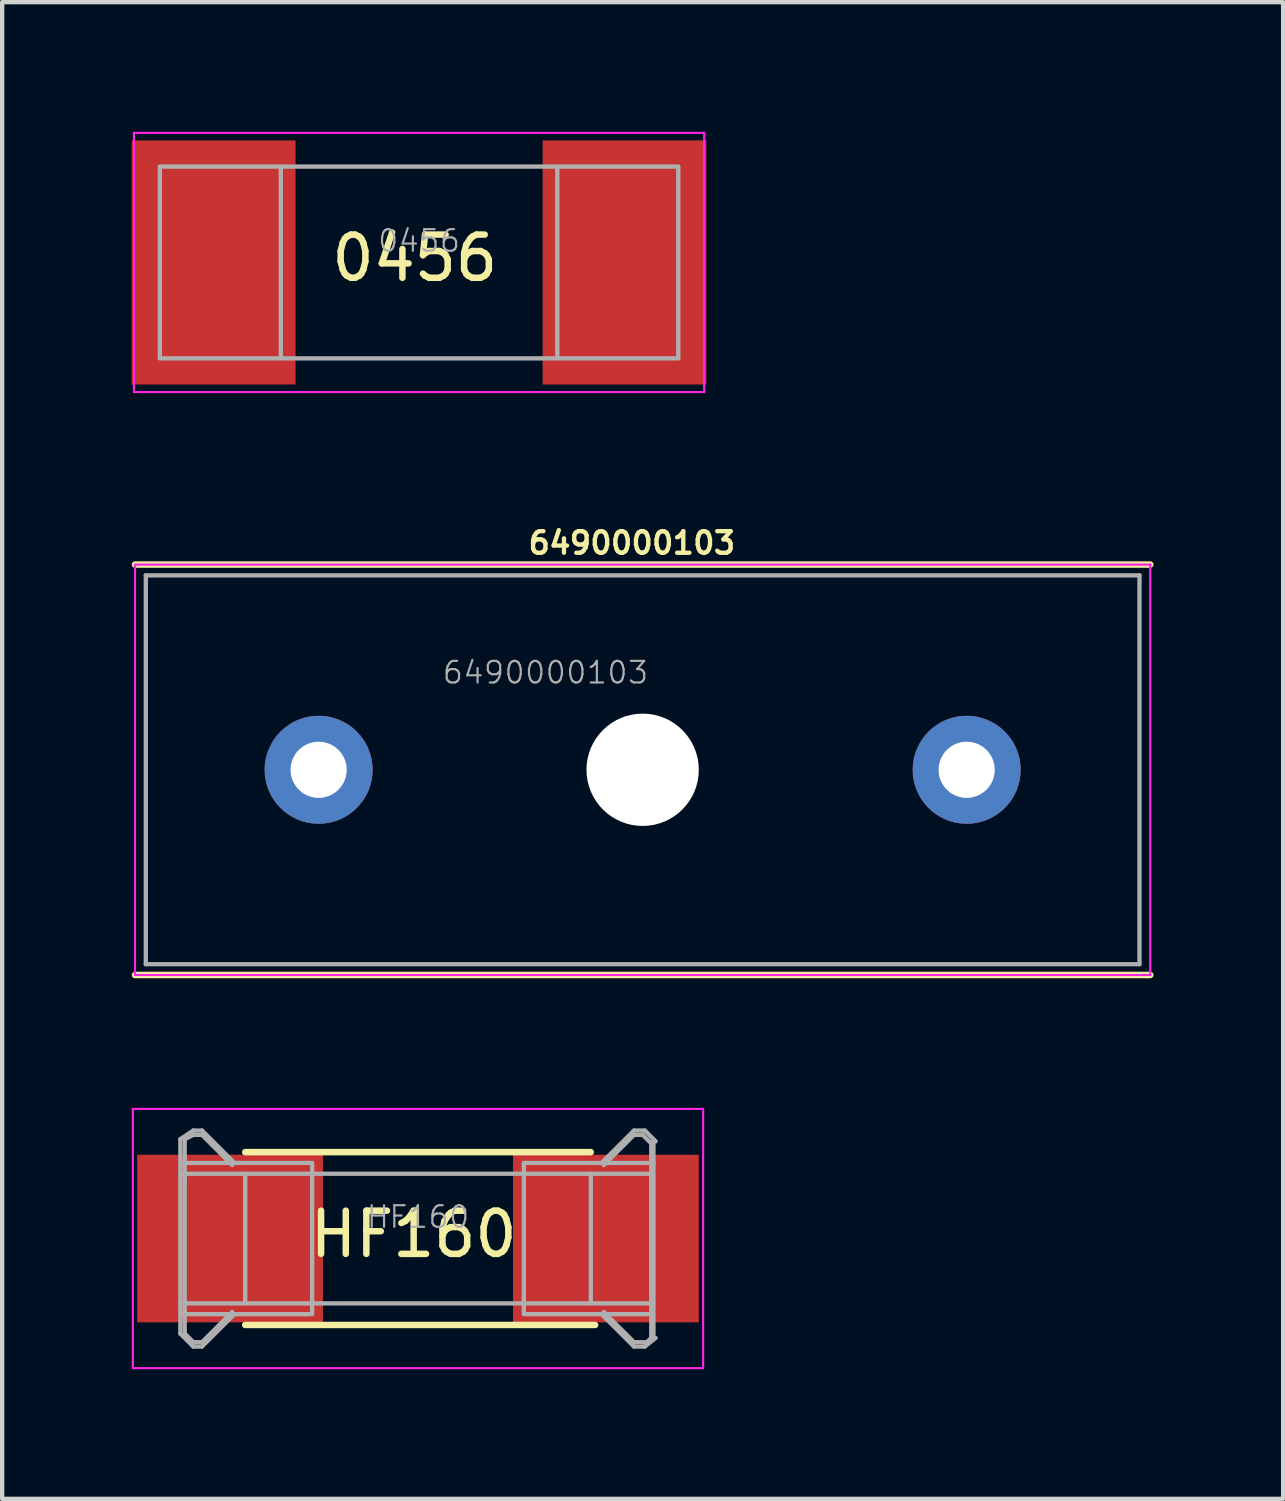
<source format=kicad_pcb>
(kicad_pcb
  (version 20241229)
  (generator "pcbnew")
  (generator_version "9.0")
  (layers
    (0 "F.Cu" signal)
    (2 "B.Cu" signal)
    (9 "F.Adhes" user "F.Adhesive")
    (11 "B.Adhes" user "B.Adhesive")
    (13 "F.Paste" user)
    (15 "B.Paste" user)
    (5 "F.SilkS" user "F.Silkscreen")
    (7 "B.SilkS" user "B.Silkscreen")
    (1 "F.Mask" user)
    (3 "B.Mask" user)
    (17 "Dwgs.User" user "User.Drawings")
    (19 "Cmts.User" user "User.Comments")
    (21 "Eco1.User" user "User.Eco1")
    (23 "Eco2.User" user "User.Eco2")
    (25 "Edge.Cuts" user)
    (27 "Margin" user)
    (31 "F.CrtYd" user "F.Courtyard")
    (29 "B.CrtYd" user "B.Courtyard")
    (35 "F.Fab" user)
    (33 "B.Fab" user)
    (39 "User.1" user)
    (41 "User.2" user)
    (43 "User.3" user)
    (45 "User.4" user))
  (footprint "6490000103"
    (layer "F.Cu")
    (at 11.825 14.768)
    (property "Reference" "6490000103" (at -0.25 -5.25 0) (layer "F.SilkS") (effects (font (size 0.5 0.5) (thickness 0.1))))
    (attr through_hole)
    (fp_line (start -11.75 -4.75) (end 11.75 -4.75) (stroke (width 0.15) (type solid)) (layer "F.SilkS"))
    (fp_line (start 11.75 4.75) (end -11.75 4.75) (stroke (width 0.15) (type solid)) (layer "F.SilkS"))
    (fp_line (start -11.75 -4.75) (end -11.75 4.75) (stroke (width 0.05) (type solid)) (layer "F.CrtYd"))
    (fp_line (start -11.75 -4.75) (end 11.75 -4.75) (stroke (width 0.05) (type solid)) (layer "F.CrtYd"))
    (fp_line (start -11.75 4.75) (end 11.75 4.75) (stroke (width 0.05) (type solid)) (layer "F.CrtYd"))
    (fp_line (start 11.75 -4.75) (end 11.75 4.75) (stroke (width 0.05) (type solid)) (layer "F.CrtYd"))
    (fp_line (start -11.5 -4.5) (end -11.5 4.5) (stroke (width 0.1) (type solid)) (layer "F.Fab"))
    (fp_line (start -11.5 -4.5) (end 11.5 -4.5) (stroke (width 0.1) (type solid)) (layer "F.Fab"))
    (fp_line (start 11.5 4.5) (end -11.5 4.5) (stroke (width 0.1) (type solid)) (layer "F.Fab"))
    (fp_line (start 11.5 4.5) (end 11.5 -4.5) (stroke (width 0.1) (type solid)) (layer "F.Fab"))
    (fp_text user "${REFERENCE}" (at -2.25 -2.25 0) (layer "F.Fab") (effects (font (size 0.5 0.5) (thickness 0.05))))
    (pad "" np_thru_hole circle (at 0 0) (size 2.6 2.6) (drill 2.6) (layers "*.Cu" "*.Mask"))
    (pad "1" thru_hole circle (at -7.5 0) (size 2.5 2.5) (drill 1.3) (layers "*.Cu" "*.Mask"))
    (pad "2" thru_hole circle (at 7.5 0) (size 2.5 2.5) (drill 1.3) (layers "*.Cu" "*.Mask")))
  (footprint "HF160"
    (layer "F.Cu")
    (at 6.625 25.618)
    (property "Reference" "HF160" (at -0.1 -0.1 0) (layer "F.SilkS") (effects (font (size 1 1) (thickness 0.15))))
    (attr smd)
    (fp_line (start -4 -2) (end 4 -2) (stroke (width 0.15) (type solid)) (layer "F.SilkS"))
    (fp_line (start 4.1 2) (end -4 2) (stroke (width 0.15) (type solid)) (layer "F.SilkS"))
    (fp_line (start -6.6 -3) (end -6.6 3) (stroke (width 0.05) (type solid)) (layer "F.CrtYd"))
    (fp_line (start -6.6 -3) (end 6.6 -3) (stroke (width 0.05) (type solid)) (layer "F.CrtYd"))
    (fp_line (start -6.6 3) (end 6.6 3) (stroke (width 0.05) (type solid)) (layer "F.CrtYd"))
    (fp_line (start 6.6 -3) (end 6.6 3) (stroke (width 0.05) (type solid)) (layer "F.CrtYd"))
    (fp_line (start -5.5 -2.3) (end -5.2 -2.5) (stroke (width 0.1) (type solid)) (layer "F.Fab"))
    (fp_line (start -5.5 -1.5) (end 5.4 -1.5) (stroke (width 0.1) (type solid)) (layer "F.Fab"))
    (fp_line (start -5.5 2.2) (end -5.5 -2.3) (stroke (width 0.1) (type solid)) (layer "F.Fab"))
    (fp_line (start -5.5 2.2) (end -5.2 2.5) (stroke (width 0.1) (type solid)) (layer "F.Fab"))
    (fp_line (start -5.4 -2.3) (end -5.2 -2.4) (stroke (width 0.1) (type solid)) (layer "F.Fab"))
    (fp_line (start -5.4 -1.3) (end -5.4 -2.3) (stroke (width 0.1) (type solid)) (layer "F.Fab"))
    (fp_line (start -5.4 -1.3) (end -5.4 2.2) (stroke (width 0.1) (type solid)) (layer "F.Fab"))
    (fp_line (start -5.4 2.2) (end -5.2 2.4) (stroke (width 0.1) (type solid)) (layer "F.Fab"))
    (fp_line (start -5.2 -2.5) (end -5 -2.5) (stroke (width 0.1) (type solid)) (layer "F.Fab"))
    (fp_line (start -5.2 -2.4) (end -5 -2.4) (stroke (width 0.1) (type solid)) (layer "F.Fab"))
    (fp_line (start -5.2 2.4) (end -5 2.4) (stroke (width 0.1) (type solid)) (layer "F.Fab"))
    (fp_line (start -5.2 2.5) (end -5 2.5) (stroke (width 0.1) (type solid)) (layer "F.Fab"))
    (fp_line (start -5 -2.5) (end -4.25 -1.75) (stroke (width 0.1) (type solid)) (layer "F.Fab"))
    (fp_line (start -5 -2.4) (end -4.3 -1.7) (stroke (width 0.1) (type solid)) (layer "F.Fab"))
    (fp_line (start -5 2.4) (end -4.3 1.7) (stroke (width 0.1) (type solid)) (layer "F.Fab"))
    (fp_line (start -5 2.5) (end -4.25 1.75) (stroke (width 0.1) (type solid)) (layer "F.Fab"))
    (fp_line (start -4 -1.5) (end -4 1.5) (stroke (width 0.1) (type solid)) (layer "F.Fab"))
    (fp_line (start -2.6 1.75) (end -5.45 1.75) (stroke (width 0.1) (type solid)) (layer "F.Fab"))
    (fp_line (start -2.6 1.75) (end -2.5 1.75) (stroke (width 0.1) (type solid)) (layer "F.Fab"))
    (fp_line (start -2.5 -1.75) (end -5.45 -1.75) (stroke (width 0.1) (type solid)) (layer "F.Fab"))
    (fp_line (start -2.45 -1.75) (end -2.45 1.75) (stroke (width 0.1) (type solid)) (layer "F.Fab"))
    (fp_line (start 2.45 -1.75) (end 2.45 1.75) (stroke (width 0.1) (type solid)) (layer "F.Fab"))
    (fp_line (start 2.5 -1.75) (end 5.45 -1.75) (stroke (width 0.1) (type solid)) (layer "F.Fab"))
    (fp_line (start 2.5 1.75) (end 5.4 1.75) (stroke (width 0.1) (type solid)) (layer "F.Fab"))
    (fp_line (start 4 -1.5) (end 4 1.5) (stroke (width 0.1) (type solid)) (layer "F.Fab"))
    (fp_line (start 4.25 1.75) (end 5 2.5) (stroke (width 0.1) (type solid)) (layer "F.Fab"))
    (fp_line (start 4.3 1.7) (end 5 2.4) (stroke (width 0.1) (type solid)) (layer "F.Fab"))
    (fp_line (start 5 -2.5) (end 4.25 -1.75) (stroke (width 0.1) (type solid)) (layer "F.Fab"))
    (fp_line (start 5 -2.4) (end 4.3 -1.7) (stroke (width 0.1) (type solid)) (layer "F.Fab"))
    (fp_line (start 5 2.4) (end 5.3 2.4) (stroke (width 0.1) (type solid)) (layer "F.Fab"))
    (fp_line (start 5 2.5) (end 5.25 2.5) (stroke (width 0.1) (type solid)) (layer "F.Fab"))
    (fp_line (start 5.2 -2.4) (end 5 -2.4) (stroke (width 0.1) (type solid)) (layer "F.Fab"))
    (fp_line (start 5.25 -2.5) (end 5 -2.5) (stroke (width 0.1) (type solid)) (layer "F.Fab"))
    (fp_line (start 5.25 2.5) (end 5.5 2.3) (stroke (width 0.1) (type solid)) (layer "F.Fab"))
    (fp_line (start 5.3 2.4) (end 5.4 2.3) (stroke (width 0.1) (type solid)) (layer "F.Fab"))
    (fp_line (start 5.4 -2.2) (end 5.2 -2.4) (stroke (width 0.1) (type solid)) (layer "F.Fab"))
    (fp_line (start 5.4 1.5) (end -5.5 1.5) (stroke (width 0.1) (type solid)) (layer "F.Fab"))
    (fp_line (start 5.4 2.3) (end 5.4 -2.2) (stroke (width 0.1) (type solid)) (layer "F.Fab"))
    (fp_line (start 5.45 -2.25) (end 5.45 2.3) (stroke (width 0.1) (type solid)) (layer "F.Fab"))
    (fp_line (start 5.5 -2.25) (end 5.25 -2.5) (stroke (width 0.1) (type solid)) (layer "F.Fab"))
    (fp_text user "${REFERENCE}" (at 0 -0.5 0) (layer "F.Fab") (effects (font (size 0.5 0.5) (thickness 0.05))))
    (pad "1" smd rect (at -4.35 0) (size 4.3 3.88) (layers "F.Cu" "F.Mask" "F.Paste"))
    (pad "2" smd rect (at 4.35 0) (size 4.3 3.88) (layers "F.Cu" "F.Mask" "F.Paste")))
  (footprint "0456"
    (layer "F.Cu")
    (at 6.65 3.025)
    (property "Reference" "0456" (at -0.1 -0.1 0) (layer "F.SilkS") (effects (font (size 1 1) (thickness 0.15))))
    (attr smd)
    (fp_line (start -6.6 -3) (end -6.6 3) (stroke (width 0.05) (type solid)) (layer "F.CrtYd"))
    (fp_line (start -6.6 -3) (end 6.6 -3) (stroke (width 0.05) (type solid)) (layer "F.CrtYd"))
    (fp_line (start -6.6 3) (end 6.6 3) (stroke (width 0.05) (type solid)) (layer "F.CrtYd"))
    (fp_line (start 6.6 -3) (end 6.6 3) (stroke (width 0.05) (type solid)) (layer "F.CrtYd"))
    (fp_line (start -6 -2.22) (end 6 -2.22) (stroke (width 0.1) (type solid)) (layer "F.Fab"))
    (fp_line (start -6 2.2) (end -6 -2.2) (stroke (width 0.1) (type solid)) (layer "F.Fab"))
    (fp_line (start -3.2 -2.2) (end -3.2 2.2) (stroke (width 0.1) (type solid)) (layer "F.Fab"))
    (fp_line (start 3.2 -2.2) (end 3.2 2.2) (stroke (width 0.1) (type solid)) (layer "F.Fab"))
    (fp_line (start 6 -2.2) (end 6 2.2) (stroke (width 0.1) (type solid)) (layer "F.Fab"))
    (fp_line (start 6 2.22) (end -6 2.22) (stroke (width 0.1) (type solid)) (layer "F.Fab"))
    (fp_text user "${REFERENCE}" (at 0 -0.5 0) (layer "F.Fab") (effects (font (size 0.5 0.5) (thickness 0.05))))
    (pad "1" smd rect (at -4.755 0) (size 3.79 5.65) (layers "F.Cu" "F.Mask" "F.Paste"))
    (pad "2" smd rect (at 4.755 0) (size 3.79 5.65) (layers "F.Cu" "F.Mask" "F.Paste")))
  (gr_rect
    (start -3 -3)
    (end 26.65 31.643)
    (stroke (width 0.1) (type default))
    (fill no)
    (layer "Edge.Cuts")))
</source>
